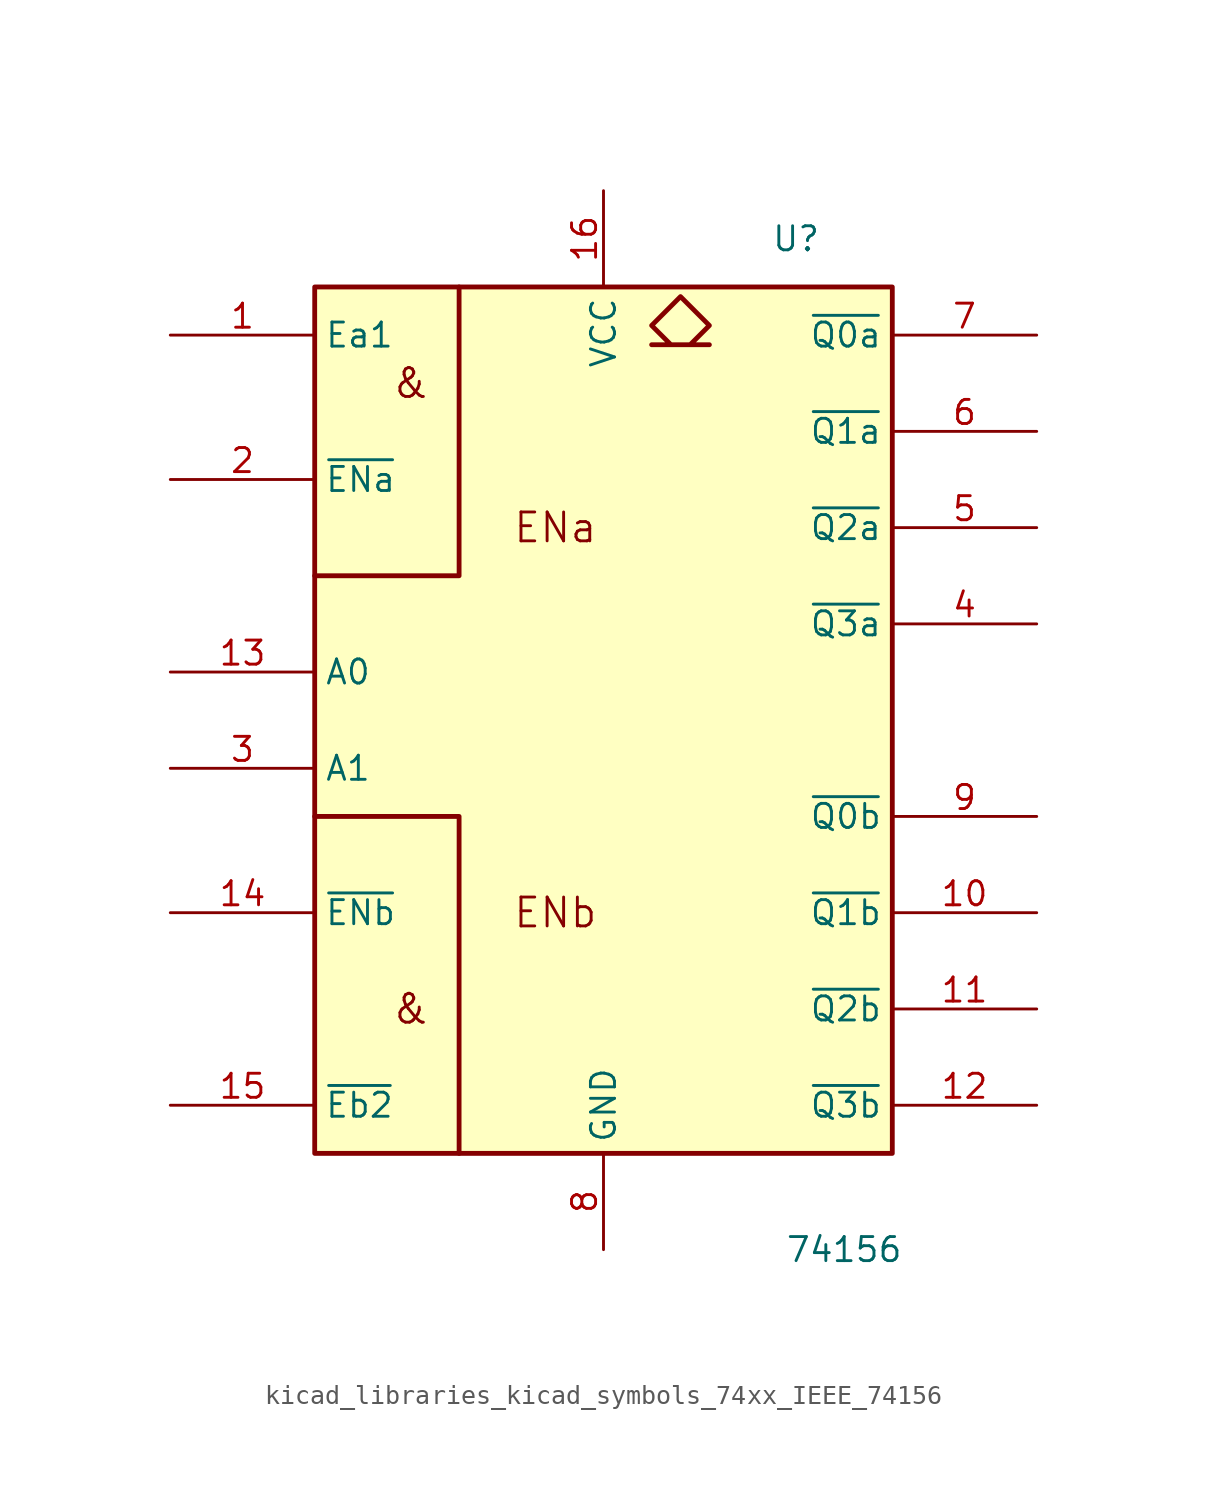
<source format=kicad_sym>
(kicad_symbol_lib
  (version 20220914)
  (generator kicad_symbol_editor)
  (symbol "kicad_libraries_kicad_symbols_74xx_IEEE_74156"
    (property "Reference" "U"
      (at 10.16 25.4 0)
      (effects (font (size 1.27 1.27))))
    (property "Value" "74156"
      (at 12.7 -27.94 0)
      (effects (font (size 1.27 1.27))))
    (symbol "kicad_libraries_kicad_symbols_74xx_IEEE_74156_0_0"
      (rectangle (start -15.24 22.86) (end 15.24 -22.86) (stroke (width 0.254) (type default)) (fill (type background)))
      (polyline (pts (xy -15.24 -5.08) (xy -7.62 -5.08) (xy -7.62 -22.86) (xy -7.62 -22.86)) (stroke (width 0.254) (type default)) (fill (type background)))
      (polyline (pts (xy -7.62 22.86) (xy -7.62 7.62) (xy -15.24 7.62) (xy -15.24 7.62)) (stroke (width 0.254) (type default)) (fill (type background)))
      (polyline (pts (xy 4.064 22.352) (xy 5.588 20.828) (xy 4.572 19.812) (xy 5.588 19.812) (xy 2.54 19.812) (xy 3.556 19.812) (xy 2.54 20.828) (xy 4.064 22.352) (xy 4.064 22.352)) (stroke (width 0.254) (type default)) (fill (type background)))
      (text "&" (at -10.16 -15.24 0) (effects (font (size 1.524 1.524))))
      (text "&" (at -10.16 17.78 0) (effects (font (size 1.524 1.524))))
      (text "ENa" (at -2.54 10.16 0) (effects (font (size 1.524 1.524))))
      (text "ENb" (at -2.54 -10.16 0) (effects (font (size 1.524 1.524))))
      (pin power_in line (at 0 27.94 270) (length 5.08) (name "VCC" (effects (font (size 1.27 1.27)))) (number "16" (effects (font (size 1.27 1.27)))))
      (pin power_in line (at 0 -27.94 90) (length 5.08) (name "GND" (effects (font (size 1.27 1.27)))) (number "8" (effects (font (size 1.27 1.27))))))
    (symbol "kicad_libraries_kicad_symbols_74xx_IEEE_74156_1_1"
      (pin input line (at -22.86 20.32 0) (length 7.62) (name "Ea1" (effects (font (size 1.27 1.27)))) (number "1" (effects (font (size 1.27 1.27)))))
      (pin open_collector line (at 22.86 -10.16 180) (length 7.62) (name "~{Q1b}" (effects (font (size 1.27 1.27)))) (number "10" (effects (font (size 1.27 1.27)))))
      (pin open_collector line (at 22.86 -15.24 180) (length 7.62) (name "~{Q2b}" (effects (font (size 1.27 1.27)))) (number "11" (effects (font (size 1.27 1.27)))))
      (pin open_collector line (at 22.86 -20.32 180) (length 7.62) (name "~{Q3b}" (effects (font (size 1.27 1.27)))) (number "12" (effects (font (size 1.27 1.27)))))
      (pin input line (at -22.86 2.54 0) (length 7.62) (name "A0" (effects (font (size 1.27 1.27)))) (number "13" (effects (font (size 1.27 1.27)))))
      (pin input line (at -22.86 -10.16 0) (length 7.62) (name "~{ENb}" (effects (font (size 1.27 1.27)))) (number "14" (effects (font (size 1.27 1.27)))))
      (pin input line (at -22.86 -20.32 0) (length 7.62) (name "~{Eb2}" (effects (font (size 1.27 1.27)))) (number "15" (effects (font (size 1.27 1.27)))))
      (pin input line (at -22.86 12.7 0) (length 7.62) (name "~{ENa}" (effects (font (size 1.27 1.27)))) (number "2" (effects (font (size 1.27 1.27)))))
      (pin input line (at -22.86 -2.54 0) (length 7.62) (name "A1" (effects (font (size 1.27 1.27)))) (number "3" (effects (font (size 1.27 1.27)))))
      (pin open_collector line (at 22.86 5.08 180) (length 7.62) (name "~{Q3a}" (effects (font (size 1.27 1.27)))) (number "4" (effects (font (size 1.27 1.27)))))
      (pin open_collector line (at 22.86 10.16 180) (length 7.62) (name "~{Q2a}" (effects (font (size 1.27 1.27)))) (number "5" (effects (font (size 1.27 1.27)))))
      (pin open_collector line (at 22.86 15.24 180) (length 7.62) (name "~{Q1a}" (effects (font (size 1.27 1.27)))) (number "6" (effects (font (size 1.27 1.27)))))
      (pin open_collector line (at 22.86 20.32 180) (length 7.62) (name "~{Q0a}" (effects (font (size 1.27 1.27)))) (number "7" (effects (font (size 1.27 1.27)))))
      (pin open_collector line (at 22.86 -5.08 180) (length 7.62) (name "~{Q0b}" (effects (font (size 1.27 1.27)))) (number "9" (effects (font (size 1.27 1.27))))))))
</source>
